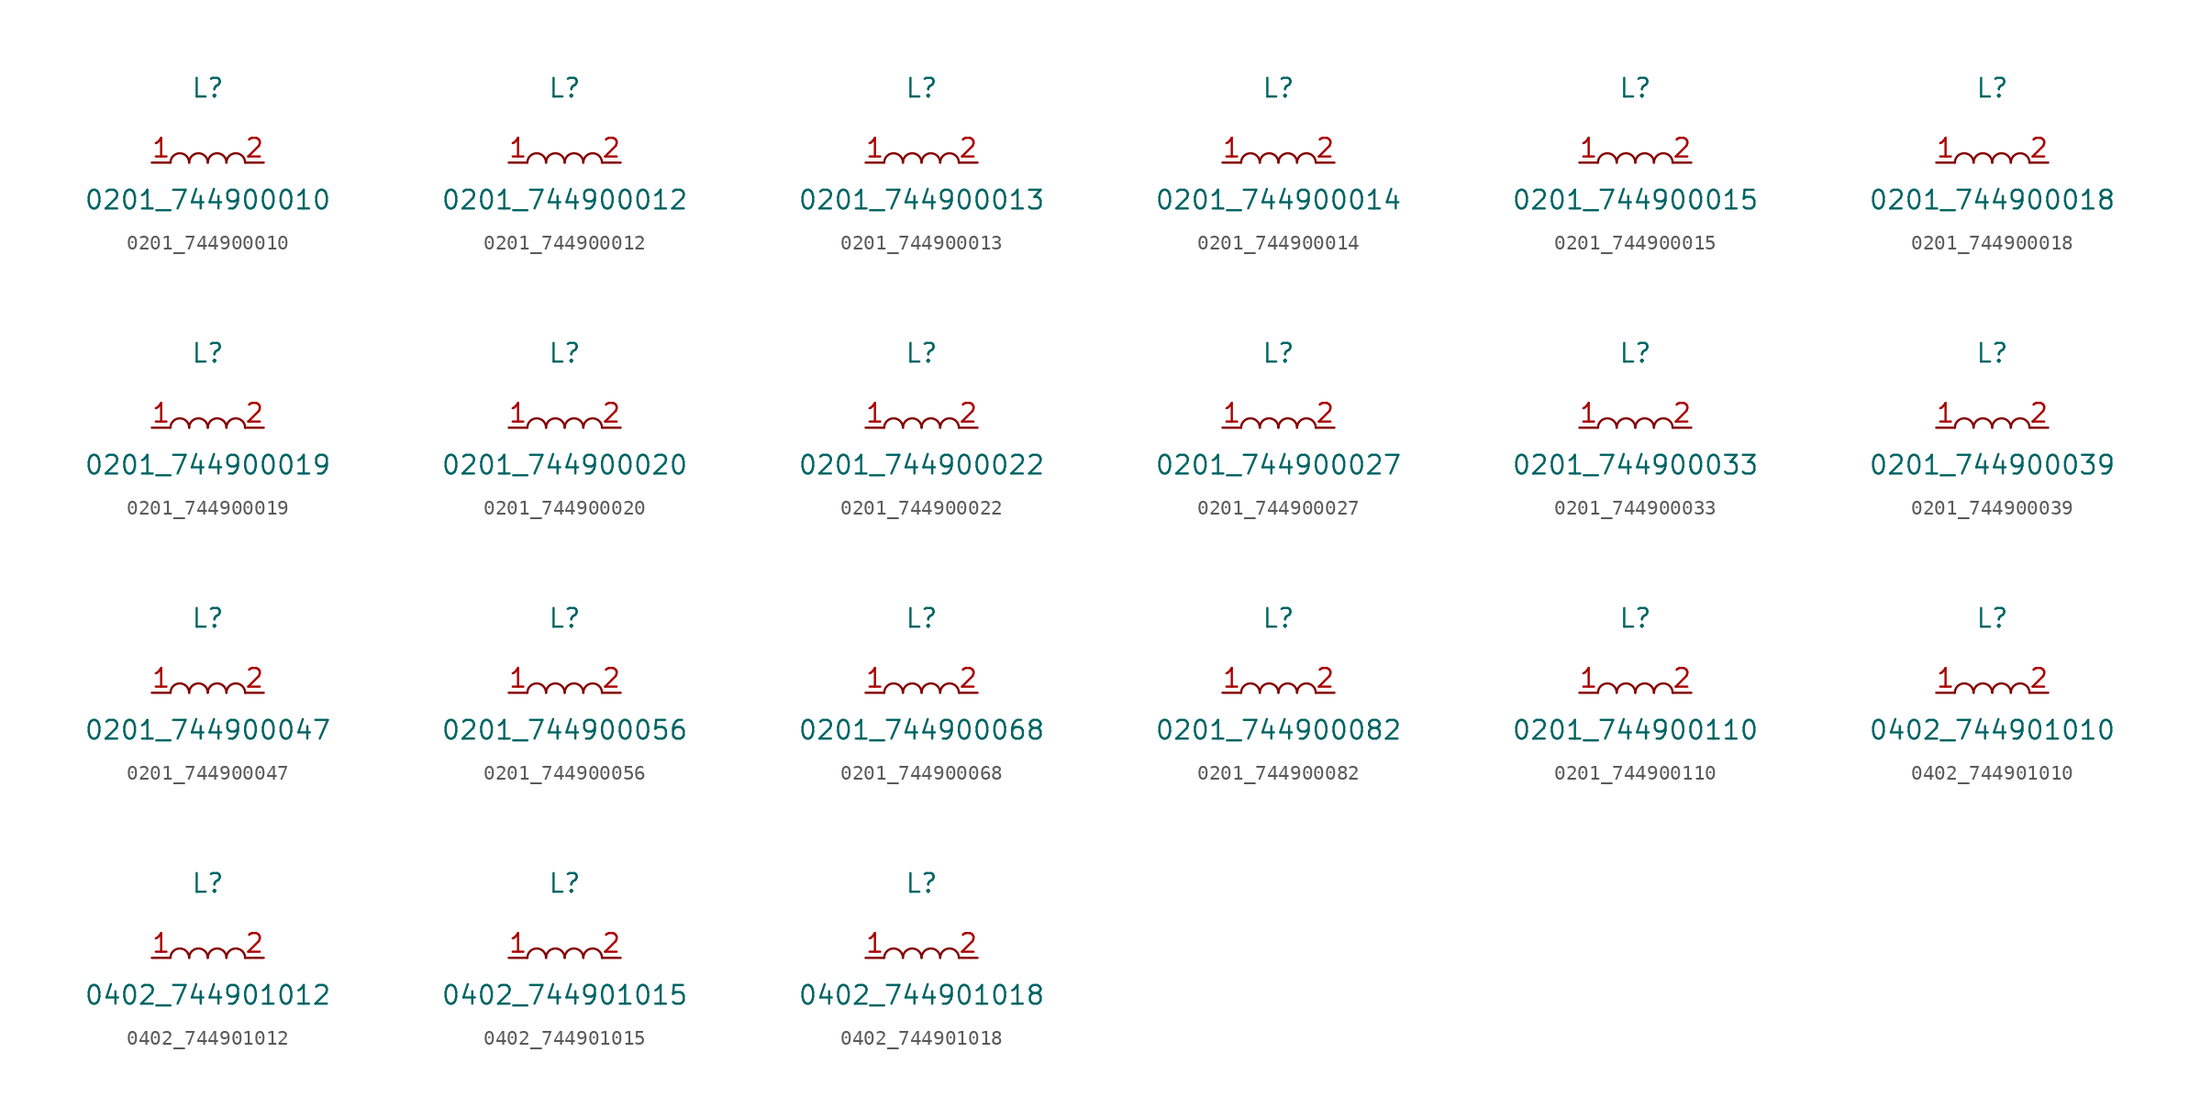
<source format=kicad_sym>
(kicad_symbol_lib
  (version 20220914)
  (generator kicad_symbol_editor)
  (symbol "0201_744900010"
    (pin_names hide)
    (property "Reference" "L"
      (at 0 5.08 0)
      (effects (font (size 1.27 1.27))))
    (property "Value" "0201_744900010"
      (at 0 -2.54 0)
      (effects (font (size 1.27 1.27))))
    (symbol "0201_744900010_0_1"
      (arc (start -1.27 0) (mid -1.905 0.6323) (end -2.54 0) (stroke (width 0) (type default)) (fill (type none)))
      (arc (start 0 0) (mid -0.635 0.6323) (end -1.27 0) (stroke (width 0) (type default)) (fill (type none)))
      (arc (start 1.27 0) (mid 0.635 0.6323) (end 0 0) (stroke (width 0) (type default)) (fill (type none)))
      (arc (start 2.54 0) (mid 1.905 0.6323) (end 1.27 0) (stroke (width 0) (type default)) (fill (type none))))
    (symbol "0201_744900010_1_1"
      (pin passive line (at -3.81 0 0) (length 1.27) (name "1" (effects (font (size 1.27 1.27)))) (number "1" (effects (font (size 1.27 1.27)))))
      (pin passive line (at 3.81 0 180) (length 1.27) (name "2" (effects (font (size 1.27 1.27)))) (number "2" (effects (font (size 1.27 1.27)))))))
  (symbol "0201_744900012"
    (pin_names hide)
    (property "Reference" "L"
      (at 0 5.08 0)
      (effects (font (size 1.27 1.27))))
    (property "Value" "0201_744900012"
      (at 0 -2.54 0)
      (effects (font (size 1.27 1.27))))
    (symbol "0201_744900012_0_1"
      (arc (start -1.27 0) (mid -1.905 0.6323) (end -2.54 0) (stroke (width 0) (type default)) (fill (type none)))
      (arc (start 0 0) (mid -0.635 0.6323) (end -1.27 0) (stroke (width 0) (type default)) (fill (type none)))
      (arc (start 1.27 0) (mid 0.635 0.6323) (end 0 0) (stroke (width 0) (type default)) (fill (type none)))
      (arc (start 2.54 0) (mid 1.905 0.6323) (end 1.27 0) (stroke (width 0) (type default)) (fill (type none))))
    (symbol "0201_744900012_1_1"
      (pin passive line (at -3.81 0 0) (length 1.27) (name "1" (effects (font (size 1.27 1.27)))) (number "1" (effects (font (size 1.27 1.27)))))
      (pin passive line (at 3.81 0 180) (length 1.27) (name "2" (effects (font (size 1.27 1.27)))) (number "2" (effects (font (size 1.27 1.27)))))))
  (symbol "0201_744900013"
    (pin_names hide)
    (property "Reference" "L"
      (at 0 5.08 0)
      (effects (font (size 1.27 1.27))))
    (property "Value" "0201_744900013"
      (at 0 -2.54 0)
      (effects (font (size 1.27 1.27))))
    (symbol "0201_744900013_0_1"
      (arc (start -1.27 0) (mid -1.905 0.6323) (end -2.54 0) (stroke (width 0) (type default)) (fill (type none)))
      (arc (start 0 0) (mid -0.635 0.6323) (end -1.27 0) (stroke (width 0) (type default)) (fill (type none)))
      (arc (start 1.27 0) (mid 0.635 0.6323) (end 0 0) (stroke (width 0) (type default)) (fill (type none)))
      (arc (start 2.54 0) (mid 1.905 0.6323) (end 1.27 0) (stroke (width 0) (type default)) (fill (type none))))
    (symbol "0201_744900013_1_1"
      (pin passive line (at -3.81 0 0) (length 1.27) (name "1" (effects (font (size 1.27 1.27)))) (number "1" (effects (font (size 1.27 1.27)))))
      (pin passive line (at 3.81 0 180) (length 1.27) (name "2" (effects (font (size 1.27 1.27)))) (number "2" (effects (font (size 1.27 1.27)))))))
  (symbol "0201_744900014"
    (pin_names hide)
    (property "Reference" "L"
      (at 0 5.08 0)
      (effects (font (size 1.27 1.27))))
    (property "Value" "0201_744900014"
      (at 0 -2.54 0)
      (effects (font (size 1.27 1.27))))
    (symbol "0201_744900014_0_1"
      (arc (start -1.27 0) (mid -1.905 0.6323) (end -2.54 0) (stroke (width 0) (type default)) (fill (type none)))
      (arc (start 0 0) (mid -0.635 0.6323) (end -1.27 0) (stroke (width 0) (type default)) (fill (type none)))
      (arc (start 1.27 0) (mid 0.635 0.6323) (end 0 0) (stroke (width 0) (type default)) (fill (type none)))
      (arc (start 2.54 0) (mid 1.905 0.6323) (end 1.27 0) (stroke (width 0) (type default)) (fill (type none))))
    (symbol "0201_744900014_1_1"
      (pin passive line (at -3.81 0 0) (length 1.27) (name "1" (effects (font (size 1.27 1.27)))) (number "1" (effects (font (size 1.27 1.27)))))
      (pin passive line (at 3.81 0 180) (length 1.27) (name "2" (effects (font (size 1.27 1.27)))) (number "2" (effects (font (size 1.27 1.27)))))))
  (symbol "0201_744900015"
    (pin_names hide)
    (property "Reference" "L"
      (at 0 5.08 0)
      (effects (font (size 1.27 1.27))))
    (property "Value" "0201_744900015"
      (at 0 -2.54 0)
      (effects (font (size 1.27 1.27))))
    (symbol "0201_744900015_0_1"
      (arc (start -1.27 0) (mid -1.905 0.6323) (end -2.54 0) (stroke (width 0) (type default)) (fill (type none)))
      (arc (start 0 0) (mid -0.635 0.6323) (end -1.27 0) (stroke (width 0) (type default)) (fill (type none)))
      (arc (start 1.27 0) (mid 0.635 0.6323) (end 0 0) (stroke (width 0) (type default)) (fill (type none)))
      (arc (start 2.54 0) (mid 1.905 0.6323) (end 1.27 0) (stroke (width 0) (type default)) (fill (type none))))
    (symbol "0201_744900015_1_1"
      (pin passive line (at -3.81 0 0) (length 1.27) (name "1" (effects (font (size 1.27 1.27)))) (number "1" (effects (font (size 1.27 1.27)))))
      (pin passive line (at 3.81 0 180) (length 1.27) (name "2" (effects (font (size 1.27 1.27)))) (number "2" (effects (font (size 1.27 1.27)))))))
  (symbol "0201_744900018"
    (pin_names hide)
    (property "Reference" "L"
      (at 0 5.08 0)
      (effects (font (size 1.27 1.27))))
    (property "Value" "0201_744900018"
      (at 0 -2.54 0)
      (effects (font (size 1.27 1.27))))
    (symbol "0201_744900018_0_1"
      (arc (start -1.27 0) (mid -1.905 0.6323) (end -2.54 0) (stroke (width 0) (type default)) (fill (type none)))
      (arc (start 0 0) (mid -0.635 0.6323) (end -1.27 0) (stroke (width 0) (type default)) (fill (type none)))
      (arc (start 1.27 0) (mid 0.635 0.6323) (end 0 0) (stroke (width 0) (type default)) (fill (type none)))
      (arc (start 2.54 0) (mid 1.905 0.6323) (end 1.27 0) (stroke (width 0) (type default)) (fill (type none))))
    (symbol "0201_744900018_1_1"
      (pin passive line (at -3.81 0 0) (length 1.27) (name "1" (effects (font (size 1.27 1.27)))) (number "1" (effects (font (size 1.27 1.27)))))
      (pin passive line (at 3.81 0 180) (length 1.27) (name "2" (effects (font (size 1.27 1.27)))) (number "2" (effects (font (size 1.27 1.27)))))))
  (symbol "0201_744900019"
    (pin_names hide)
    (property "Reference" "L"
      (at 0 5.08 0)
      (effects (font (size 1.27 1.27))))
    (property "Value" "0201_744900019"
      (at 0 -2.54 0)
      (effects (font (size 1.27 1.27))))
    (symbol "0201_744900019_0_1"
      (arc (start -1.27 0) (mid -1.905 0.6323) (end -2.54 0) (stroke (width 0) (type default)) (fill (type none)))
      (arc (start 0 0) (mid -0.635 0.6323) (end -1.27 0) (stroke (width 0) (type default)) (fill (type none)))
      (arc (start 1.27 0) (mid 0.635 0.6323) (end 0 0) (stroke (width 0) (type default)) (fill (type none)))
      (arc (start 2.54 0) (mid 1.905 0.6323) (end 1.27 0) (stroke (width 0) (type default)) (fill (type none))))
    (symbol "0201_744900019_1_1"
      (pin passive line (at -3.81 0 0) (length 1.27) (name "1" (effects (font (size 1.27 1.27)))) (number "1" (effects (font (size 1.27 1.27)))))
      (pin passive line (at 3.81 0 180) (length 1.27) (name "2" (effects (font (size 1.27 1.27)))) (number "2" (effects (font (size 1.27 1.27)))))))
  (symbol "0201_744900020"
    (pin_names hide)
    (property "Reference" "L"
      (at 0 5.08 0)
      (effects (font (size 1.27 1.27))))
    (property "Value" "0201_744900020"
      (at 0 -2.54 0)
      (effects (font (size 1.27 1.27))))
    (symbol "0201_744900020_0_1"
      (arc (start -1.27 0) (mid -1.905 0.6323) (end -2.54 0) (stroke (width 0) (type default)) (fill (type none)))
      (arc (start 0 0) (mid -0.635 0.6323) (end -1.27 0) (stroke (width 0) (type default)) (fill (type none)))
      (arc (start 1.27 0) (mid 0.635 0.6323) (end 0 0) (stroke (width 0) (type default)) (fill (type none)))
      (arc (start 2.54 0) (mid 1.905 0.6323) (end 1.27 0) (stroke (width 0) (type default)) (fill (type none))))
    (symbol "0201_744900020_1_1"
      (pin passive line (at -3.81 0 0) (length 1.27) (name "1" (effects (font (size 1.27 1.27)))) (number "1" (effects (font (size 1.27 1.27)))))
      (pin passive line (at 3.81 0 180) (length 1.27) (name "2" (effects (font (size 1.27 1.27)))) (number "2" (effects (font (size 1.27 1.27)))))))
  (symbol "0201_744900022"
    (pin_names hide)
    (property "Reference" "L"
      (at 0 5.08 0)
      (effects (font (size 1.27 1.27))))
    (property "Value" "0201_744900022"
      (at 0 -2.54 0)
      (effects (font (size 1.27 1.27))))
    (symbol "0201_744900022_0_1"
      (arc (start -1.27 0) (mid -1.905 0.6323) (end -2.54 0) (stroke (width 0) (type default)) (fill (type none)))
      (arc (start 0 0) (mid -0.635 0.6323) (end -1.27 0) (stroke (width 0) (type default)) (fill (type none)))
      (arc (start 1.27 0) (mid 0.635 0.6323) (end 0 0) (stroke (width 0) (type default)) (fill (type none)))
      (arc (start 2.54 0) (mid 1.905 0.6323) (end 1.27 0) (stroke (width 0) (type default)) (fill (type none))))
    (symbol "0201_744900022_1_1"
      (pin passive line (at -3.81 0 0) (length 1.27) (name "1" (effects (font (size 1.27 1.27)))) (number "1" (effects (font (size 1.27 1.27)))))
      (pin passive line (at 3.81 0 180) (length 1.27) (name "2" (effects (font (size 1.27 1.27)))) (number "2" (effects (font (size 1.27 1.27)))))))
  (symbol "0201_744900027"
    (pin_names hide)
    (property "Reference" "L"
      (at 0 5.08 0)
      (effects (font (size 1.27 1.27))))
    (property "Value" "0201_744900027"
      (at 0 -2.54 0)
      (effects (font (size 1.27 1.27))))
    (symbol "0201_744900027_0_1"
      (arc (start -1.27 0) (mid -1.905 0.6323) (end -2.54 0) (stroke (width 0) (type default)) (fill (type none)))
      (arc (start 0 0) (mid -0.635 0.6323) (end -1.27 0) (stroke (width 0) (type default)) (fill (type none)))
      (arc (start 1.27 0) (mid 0.635 0.6323) (end 0 0) (stroke (width 0) (type default)) (fill (type none)))
      (arc (start 2.54 0) (mid 1.905 0.6323) (end 1.27 0) (stroke (width 0) (type default)) (fill (type none))))
    (symbol "0201_744900027_1_1"
      (pin passive line (at -3.81 0 0) (length 1.27) (name "1" (effects (font (size 1.27 1.27)))) (number "1" (effects (font (size 1.27 1.27)))))
      (pin passive line (at 3.81 0 180) (length 1.27) (name "2" (effects (font (size 1.27 1.27)))) (number "2" (effects (font (size 1.27 1.27)))))))
  (symbol "0201_744900033"
    (pin_names hide)
    (property "Reference" "L"
      (at 0 5.08 0)
      (effects (font (size 1.27 1.27))))
    (property "Value" "0201_744900033"
      (at 0 -2.54 0)
      (effects (font (size 1.27 1.27))))
    (symbol "0201_744900033_0_1"
      (arc (start -1.27 0) (mid -1.905 0.6323) (end -2.54 0) (stroke (width 0) (type default)) (fill (type none)))
      (arc (start 0 0) (mid -0.635 0.6323) (end -1.27 0) (stroke (width 0) (type default)) (fill (type none)))
      (arc (start 1.27 0) (mid 0.635 0.6323) (end 0 0) (stroke (width 0) (type default)) (fill (type none)))
      (arc (start 2.54 0) (mid 1.905 0.6323) (end 1.27 0) (stroke (width 0) (type default)) (fill (type none))))
    (symbol "0201_744900033_1_1"
      (pin passive line (at -3.81 0 0) (length 1.27) (name "1" (effects (font (size 1.27 1.27)))) (number "1" (effects (font (size 1.27 1.27)))))
      (pin passive line (at 3.81 0 180) (length 1.27) (name "2" (effects (font (size 1.27 1.27)))) (number "2" (effects (font (size 1.27 1.27)))))))
  (symbol "0201_744900039"
    (pin_names hide)
    (property "Reference" "L"
      (at 0 5.08 0)
      (effects (font (size 1.27 1.27))))
    (property "Value" "0201_744900039"
      (at 0 -2.54 0)
      (effects (font (size 1.27 1.27))))
    (symbol "0201_744900039_0_1"
      (arc (start -1.27 0) (mid -1.905 0.6323) (end -2.54 0) (stroke (width 0) (type default)) (fill (type none)))
      (arc (start 0 0) (mid -0.635 0.6323) (end -1.27 0) (stroke (width 0) (type default)) (fill (type none)))
      (arc (start 1.27 0) (mid 0.635 0.6323) (end 0 0) (stroke (width 0) (type default)) (fill (type none)))
      (arc (start 2.54 0) (mid 1.905 0.6323) (end 1.27 0) (stroke (width 0) (type default)) (fill (type none))))
    (symbol "0201_744900039_1_1"
      (pin passive line (at -3.81 0 0) (length 1.27) (name "1" (effects (font (size 1.27 1.27)))) (number "1" (effects (font (size 1.27 1.27)))))
      (pin passive line (at 3.81 0 180) (length 1.27) (name "2" (effects (font (size 1.27 1.27)))) (number "2" (effects (font (size 1.27 1.27)))))))
  (symbol "0201_744900047"
    (pin_names hide)
    (property "Reference" "L"
      (at 0 5.08 0)
      (effects (font (size 1.27 1.27))))
    (property "Value" "0201_744900047"
      (at 0 -2.54 0)
      (effects (font (size 1.27 1.27))))
    (symbol "0201_744900047_0_1"
      (arc (start -1.27 0) (mid -1.905 0.6323) (end -2.54 0) (stroke (width 0) (type default)) (fill (type none)))
      (arc (start 0 0) (mid -0.635 0.6323) (end -1.27 0) (stroke (width 0) (type default)) (fill (type none)))
      (arc (start 1.27 0) (mid 0.635 0.6323) (end 0 0) (stroke (width 0) (type default)) (fill (type none)))
      (arc (start 2.54 0) (mid 1.905 0.6323) (end 1.27 0) (stroke (width 0) (type default)) (fill (type none))))
    (symbol "0201_744900047_1_1"
      (pin passive line (at -3.81 0 0) (length 1.27) (name "1" (effects (font (size 1.27 1.27)))) (number "1" (effects (font (size 1.27 1.27)))))
      (pin passive line (at 3.81 0 180) (length 1.27) (name "2" (effects (font (size 1.27 1.27)))) (number "2" (effects (font (size 1.27 1.27)))))))
  (symbol "0201_744900056"
    (pin_names hide)
    (property "Reference" "L"
      (at 0 5.08 0)
      (effects (font (size 1.27 1.27))))
    (property "Value" "0201_744900056"
      (at 0 -2.54 0)
      (effects (font (size 1.27 1.27))))
    (symbol "0201_744900056_0_1"
      (arc (start -1.27 0) (mid -1.905 0.6323) (end -2.54 0) (stroke (width 0) (type default)) (fill (type none)))
      (arc (start 0 0) (mid -0.635 0.6323) (end -1.27 0) (stroke (width 0) (type default)) (fill (type none)))
      (arc (start 1.27 0) (mid 0.635 0.6323) (end 0 0) (stroke (width 0) (type default)) (fill (type none)))
      (arc (start 2.54 0) (mid 1.905 0.6323) (end 1.27 0) (stroke (width 0) (type default)) (fill (type none))))
    (symbol "0201_744900056_1_1"
      (pin passive line (at -3.81 0 0) (length 1.27) (name "1" (effects (font (size 1.27 1.27)))) (number "1" (effects (font (size 1.27 1.27)))))
      (pin passive line (at 3.81 0 180) (length 1.27) (name "2" (effects (font (size 1.27 1.27)))) (number "2" (effects (font (size 1.27 1.27)))))))
  (symbol "0201_744900068"
    (pin_names hide)
    (property "Reference" "L"
      (at 0 5.08 0)
      (effects (font (size 1.27 1.27))))
    (property "Value" "0201_744900068"
      (at 0 -2.54 0)
      (effects (font (size 1.27 1.27))))
    (symbol "0201_744900068_0_1"
      (arc (start -1.27 0) (mid -1.905 0.6323) (end -2.54 0) (stroke (width 0) (type default)) (fill (type none)))
      (arc (start 0 0) (mid -0.635 0.6323) (end -1.27 0) (stroke (width 0) (type default)) (fill (type none)))
      (arc (start 1.27 0) (mid 0.635 0.6323) (end 0 0) (stroke (width 0) (type default)) (fill (type none)))
      (arc (start 2.54 0) (mid 1.905 0.6323) (end 1.27 0) (stroke (width 0) (type default)) (fill (type none))))
    (symbol "0201_744900068_1_1"
      (pin passive line (at -3.81 0 0) (length 1.27) (name "1" (effects (font (size 1.27 1.27)))) (number "1" (effects (font (size 1.27 1.27)))))
      (pin passive line (at 3.81 0 180) (length 1.27) (name "2" (effects (font (size 1.27 1.27)))) (number "2" (effects (font (size 1.27 1.27)))))))
  (symbol "0201_744900082"
    (pin_names hide)
    (property "Reference" "L"
      (at 0 5.08 0)
      (effects (font (size 1.27 1.27))))
    (property "Value" "0201_744900082"
      (at 0 -2.54 0)
      (effects (font (size 1.27 1.27))))
    (symbol "0201_744900082_0_1"
      (arc (start -1.27 0) (mid -1.905 0.6323) (end -2.54 0) (stroke (width 0) (type default)) (fill (type none)))
      (arc (start 0 0) (mid -0.635 0.6323) (end -1.27 0) (stroke (width 0) (type default)) (fill (type none)))
      (arc (start 1.27 0) (mid 0.635 0.6323) (end 0 0) (stroke (width 0) (type default)) (fill (type none)))
      (arc (start 2.54 0) (mid 1.905 0.6323) (end 1.27 0) (stroke (width 0) (type default)) (fill (type none))))
    (symbol "0201_744900082_1_1"
      (pin passive line (at -3.81 0 0) (length 1.27) (name "1" (effects (font (size 1.27 1.27)))) (number "1" (effects (font (size 1.27 1.27)))))
      (pin passive line (at 3.81 0 180) (length 1.27) (name "2" (effects (font (size 1.27 1.27)))) (number "2" (effects (font (size 1.27 1.27)))))))
  (symbol "0201_744900110"
    (pin_names hide)
    (property "Reference" "L"
      (at 0 5.08 0)
      (effects (font (size 1.27 1.27))))
    (property "Value" "0201_744900110"
      (at 0 -2.54 0)
      (effects (font (size 1.27 1.27))))
    (symbol "0201_744900110_0_1"
      (arc (start -1.27 0) (mid -1.905 0.6323) (end -2.54 0) (stroke (width 0) (type default)) (fill (type none)))
      (arc (start 0 0) (mid -0.635 0.6323) (end -1.27 0) (stroke (width 0) (type default)) (fill (type none)))
      (arc (start 1.27 0) (mid 0.635 0.6323) (end 0 0) (stroke (width 0) (type default)) (fill (type none)))
      (arc (start 2.54 0) (mid 1.905 0.6323) (end 1.27 0) (stroke (width 0) (type default)) (fill (type none))))
    (symbol "0201_744900110_1_1"
      (pin passive line (at -3.81 0 0) (length 1.27) (name "1" (effects (font (size 1.27 1.27)))) (number "1" (effects (font (size 1.27 1.27)))))
      (pin passive line (at 3.81 0 180) (length 1.27) (name "2" (effects (font (size 1.27 1.27)))) (number "2" (effects (font (size 1.27 1.27)))))))
  (symbol "0402_744901010"
    (pin_names hide)
    (property "Reference" "L"
      (at 0 5.08 0)
      (effects (font (size 1.27 1.27))))
    (property "Value" "0402_744901010"
      (at 0 -2.54 0)
      (effects (font (size 1.27 1.27))))
    (symbol "0402_744901010_0_1"
      (arc (start -1.27 0) (mid -1.905 0.6323) (end -2.54 0) (stroke (width 0) (type default)) (fill (type none)))
      (arc (start 0 0) (mid -0.635 0.6323) (end -1.27 0) (stroke (width 0) (type default)) (fill (type none)))
      (arc (start 1.27 0) (mid 0.635 0.6323) (end 0 0) (stroke (width 0) (type default)) (fill (type none)))
      (arc (start 2.54 0) (mid 1.905 0.6323) (end 1.27 0) (stroke (width 0) (type default)) (fill (type none))))
    (symbol "0402_744901010_1_1"
      (pin passive line (at -3.81 0 0) (length 1.27) (name "1" (effects (font (size 1.27 1.27)))) (number "1" (effects (font (size 1.27 1.27)))))
      (pin passive line (at 3.81 0 180) (length 1.27) (name "2" (effects (font (size 1.27 1.27)))) (number "2" (effects (font (size 1.27 1.27)))))))
  (symbol "0402_744901012"
    (pin_names hide)
    (property "Reference" "L"
      (at 0 5.08 0)
      (effects (font (size 1.27 1.27))))
    (property "Value" "0402_744901012"
      (at 0 -2.54 0)
      (effects (font (size 1.27 1.27))))
    (symbol "0402_744901012_0_1"
      (arc (start -1.27 0) (mid -1.905 0.6323) (end -2.54 0) (stroke (width 0) (type default)) (fill (type none)))
      (arc (start 0 0) (mid -0.635 0.6323) (end -1.27 0) (stroke (width 0) (type default)) (fill (type none)))
      (arc (start 1.27 0) (mid 0.635 0.6323) (end 0 0) (stroke (width 0) (type default)) (fill (type none)))
      (arc (start 2.54 0) (mid 1.905 0.6323) (end 1.27 0) (stroke (width 0) (type default)) (fill (type none))))
    (symbol "0402_744901012_1_1"
      (pin passive line (at -3.81 0 0) (length 1.27) (name "1" (effects (font (size 1.27 1.27)))) (number "1" (effects (font (size 1.27 1.27)))))
      (pin passive line (at 3.81 0 180) (length 1.27) (name "2" (effects (font (size 1.27 1.27)))) (number "2" (effects (font (size 1.27 1.27)))))))
  (symbol "0402_744901015"
    (pin_names hide)
    (property "Reference" "L"
      (at 0 5.08 0)
      (effects (font (size 1.27 1.27))))
    (property "Value" "0402_744901015"
      (at 0 -2.54 0)
      (effects (font (size 1.27 1.27))))
    (symbol "0402_744901015_0_1"
      (arc (start -1.27 0) (mid -1.905 0.6323) (end -2.54 0) (stroke (width 0) (type default)) (fill (type none)))
      (arc (start 0 0) (mid -0.635 0.6323) (end -1.27 0) (stroke (width 0) (type default)) (fill (type none)))
      (arc (start 1.27 0) (mid 0.635 0.6323) (end 0 0) (stroke (width 0) (type default)) (fill (type none)))
      (arc (start 2.54 0) (mid 1.905 0.6323) (end 1.27 0) (stroke (width 0) (type default)) (fill (type none))))
    (symbol "0402_744901015_1_1"
      (pin passive line (at -3.81 0 0) (length 1.27) (name "1" (effects (font (size 1.27 1.27)))) (number "1" (effects (font (size 1.27 1.27)))))
      (pin passive line (at 3.81 0 180) (length 1.27) (name "2" (effects (font (size 1.27 1.27)))) (number "2" (effects (font (size 1.27 1.27)))))))
  (symbol "0402_744901018"
    (pin_names hide)
    (property "Reference" "L"
      (at 0 5.08 0)
      (effects (font (size 1.27 1.27))))
    (property "Value" "0402_744901018"
      (at 0 -2.54 0)
      (effects (font (size 1.27 1.27))))
    (symbol "0402_744901018_0_1"
      (arc (start -1.27 0) (mid -1.905 0.6323) (end -2.54 0) (stroke (width 0) (type default)) (fill (type none)))
      (arc (start 0 0) (mid -0.635 0.6323) (end -1.27 0) (stroke (width 0) (type default)) (fill (type none)))
      (arc (start 1.27 0) (mid 0.635 0.6323) (end 0 0) (stroke (width 0) (type default)) (fill (type none)))
      (arc (start 2.54 0) (mid 1.905 0.6323) (end 1.27 0) (stroke (width 0) (type default)) (fill (type none))))
    (symbol "0402_744901018_1_1"
      (pin passive line (at -3.81 0 0) (length 1.27) (name "1" (effects (font (size 1.27 1.27)))) (number "1" (effects (font (size 1.27 1.27)))))
      (pin passive line (at 3.81 0 180) (length 1.27) (name "2" (effects (font (size 1.27 1.27)))) (number "2" (effects (font (size 1.27 1.27))))))))
</source>
